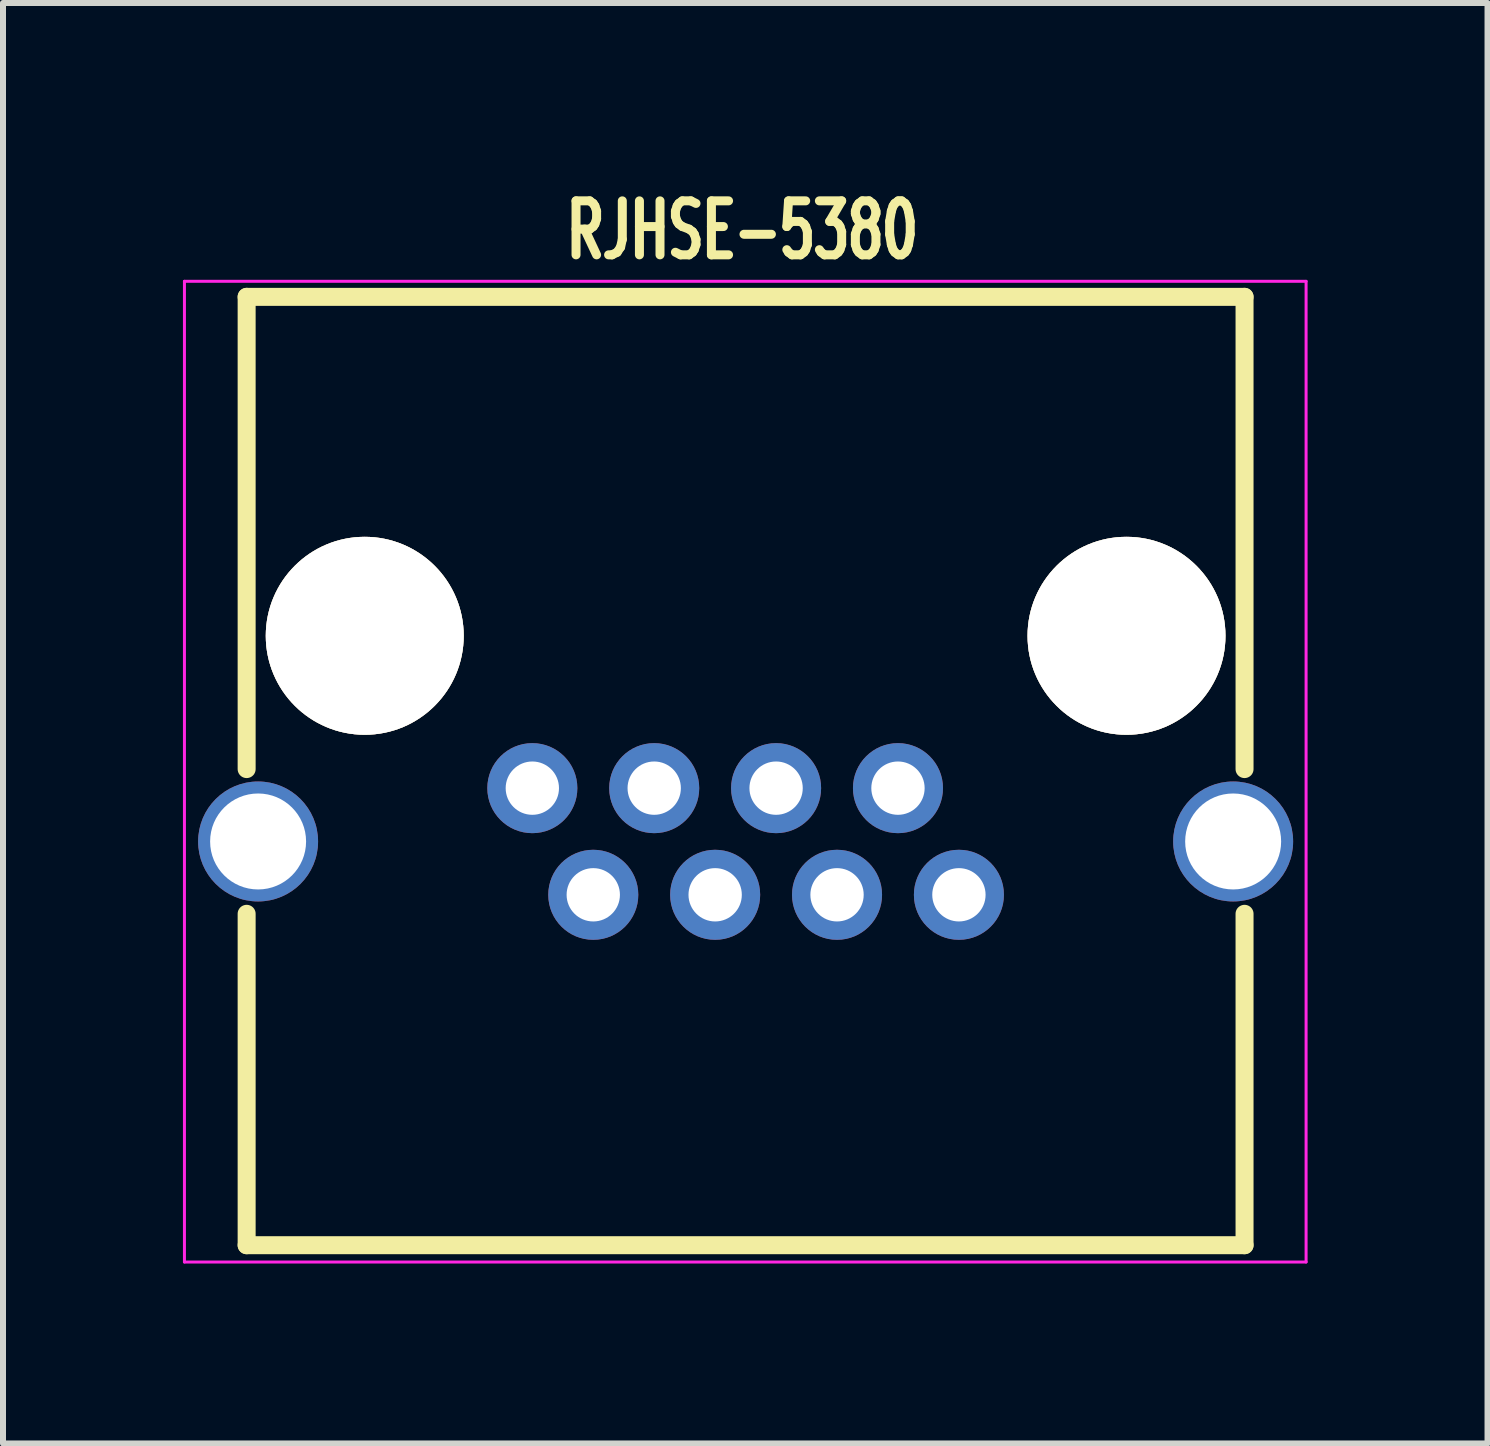
<source format=kicad_pcb>
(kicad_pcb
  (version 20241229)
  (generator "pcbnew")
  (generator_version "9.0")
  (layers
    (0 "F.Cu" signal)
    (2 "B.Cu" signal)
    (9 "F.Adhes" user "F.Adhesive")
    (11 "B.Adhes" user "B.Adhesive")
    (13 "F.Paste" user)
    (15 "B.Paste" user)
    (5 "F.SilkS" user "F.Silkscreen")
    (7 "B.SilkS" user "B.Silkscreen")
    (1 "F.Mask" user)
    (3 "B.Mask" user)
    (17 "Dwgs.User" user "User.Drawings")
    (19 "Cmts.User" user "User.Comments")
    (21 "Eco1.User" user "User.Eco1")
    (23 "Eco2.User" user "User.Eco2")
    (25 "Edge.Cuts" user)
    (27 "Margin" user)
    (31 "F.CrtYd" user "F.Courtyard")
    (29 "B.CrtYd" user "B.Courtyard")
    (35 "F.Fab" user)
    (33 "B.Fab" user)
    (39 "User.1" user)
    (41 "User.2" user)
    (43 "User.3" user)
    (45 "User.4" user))
  (footprint "RJHSE-5380"
    (layer "F.Cu")
    (at 5.825 10.09)
    (property "Reference" "RJHSE-5380" (at 3.5 -9.3 0) (layer "F.SilkS") (effects (font (size 0.9 0.6) (thickness 0.15))))
    (attr through_hole)
    (fp_line (start -4.763 -8.191) (end -4.763 -0.318) (stroke (width 0.3) (type solid)) (layer "F.SilkS"))
    (fp_line (start -4.763 7.62) (end -4.763 2.095) (stroke (width 0.3) (type solid)) (layer "F.SilkS"))
    (fp_line (start 11.874 -8.191) (end -4.763 -8.191) (stroke (width 0.3) (type solid)) (layer "F.SilkS"))
    (fp_line (start 11.874 -8.191) (end 11.874 -0.318) (stroke (width 0.3) (type solid)) (layer "F.SilkS"))
    (fp_line (start 11.874 7.62) (end -4.763 7.62) (stroke (width 0.3) (type solid)) (layer "F.SilkS"))
    (fp_line (start 11.874 7.62) (end 11.874 2.095) (stroke (width 0.3) (type solid)) (layer "F.SilkS"))
    (fp_line (start -5.8 -8.45) (end -5.8 7.9) (stroke (width 0.05) (type solid)) (layer "F.CrtYd"))
    (fp_line (start -5.8 7.9) (end 12.9 7.9) (stroke (width 0.05) (type solid)) (layer "F.CrtYd"))
    (fp_line (start 12.9 -8.45) (end -5.8 -8.45) (stroke (width 0.05) (type solid)) (layer "F.CrtYd"))
    (fp_line (start 12.9 7.9) (end 12.9 -8.45) (stroke (width 0.05) (type solid)) (layer "F.CrtYd"))
    (pad "" thru_hole circle (at -2.794 -2.54) (size 3.3 3.3) (drill 3.3) (layers "*.Cu" "*.Mask" "F.SilkS"))
    (pad "" thru_hole circle (at 9.906 -2.54) (size 3.3 3.3) (drill 3.3) (layers "*.Cu" "*.Mask" "F.SilkS"))
    (pad "1" thru_hole circle (at 0 0) (size 1.501 1.501) (drill 0.889) (layers "*.Cu" "*.Mask"))
    (pad "2" thru_hole circle (at 1.016 1.778) (size 1.501 1.501) (drill 0.889) (layers "*.Cu" "*.Mask"))
    (pad "3" thru_hole circle (at 2.032 0) (size 1.501 1.501) (drill 0.889) (layers "*.Cu" "*.Mask"))
    (pad "4" thru_hole circle (at 3.048 1.778) (size 1.501 1.501) (drill 0.889) (layers "*.Cu" "*.Mask"))
    (pad "5" thru_hole circle (at 4.064 0) (size 1.501 1.501) (drill 0.889) (layers "*.Cu" "*.Mask"))
    (pad "6" thru_hole circle (at 5.08 1.778) (size 1.501 1.501) (drill 0.889) (layers "*.Cu" "*.Mask"))
    (pad "7" thru_hole circle (at 6.096 0) (size 1.501 1.501) (drill 0.889) (layers "*.Cu" "*.Mask"))
    (pad "8" thru_hole circle (at 7.112 1.778) (size 1.501 1.501) (drill 0.889) (layers "*.Cu" "*.Mask"))
    (pad "9" thru_hole circle (at -4.572 0.889) (size 2 2) (drill 1.6) (layers "*.Cu" "*.Mask"))
    (pad "9" thru_hole circle (at 11.684 0.889) (size 2 2) (drill 1.6) (layers "*.Cu" "*.Mask")))
  (gr_rect
    (start -3 -3)
    (end 21.75 21.015)
    (stroke (width 0.1) (type default))
    (fill no)
    (layer "Edge.Cuts")))
</source>
